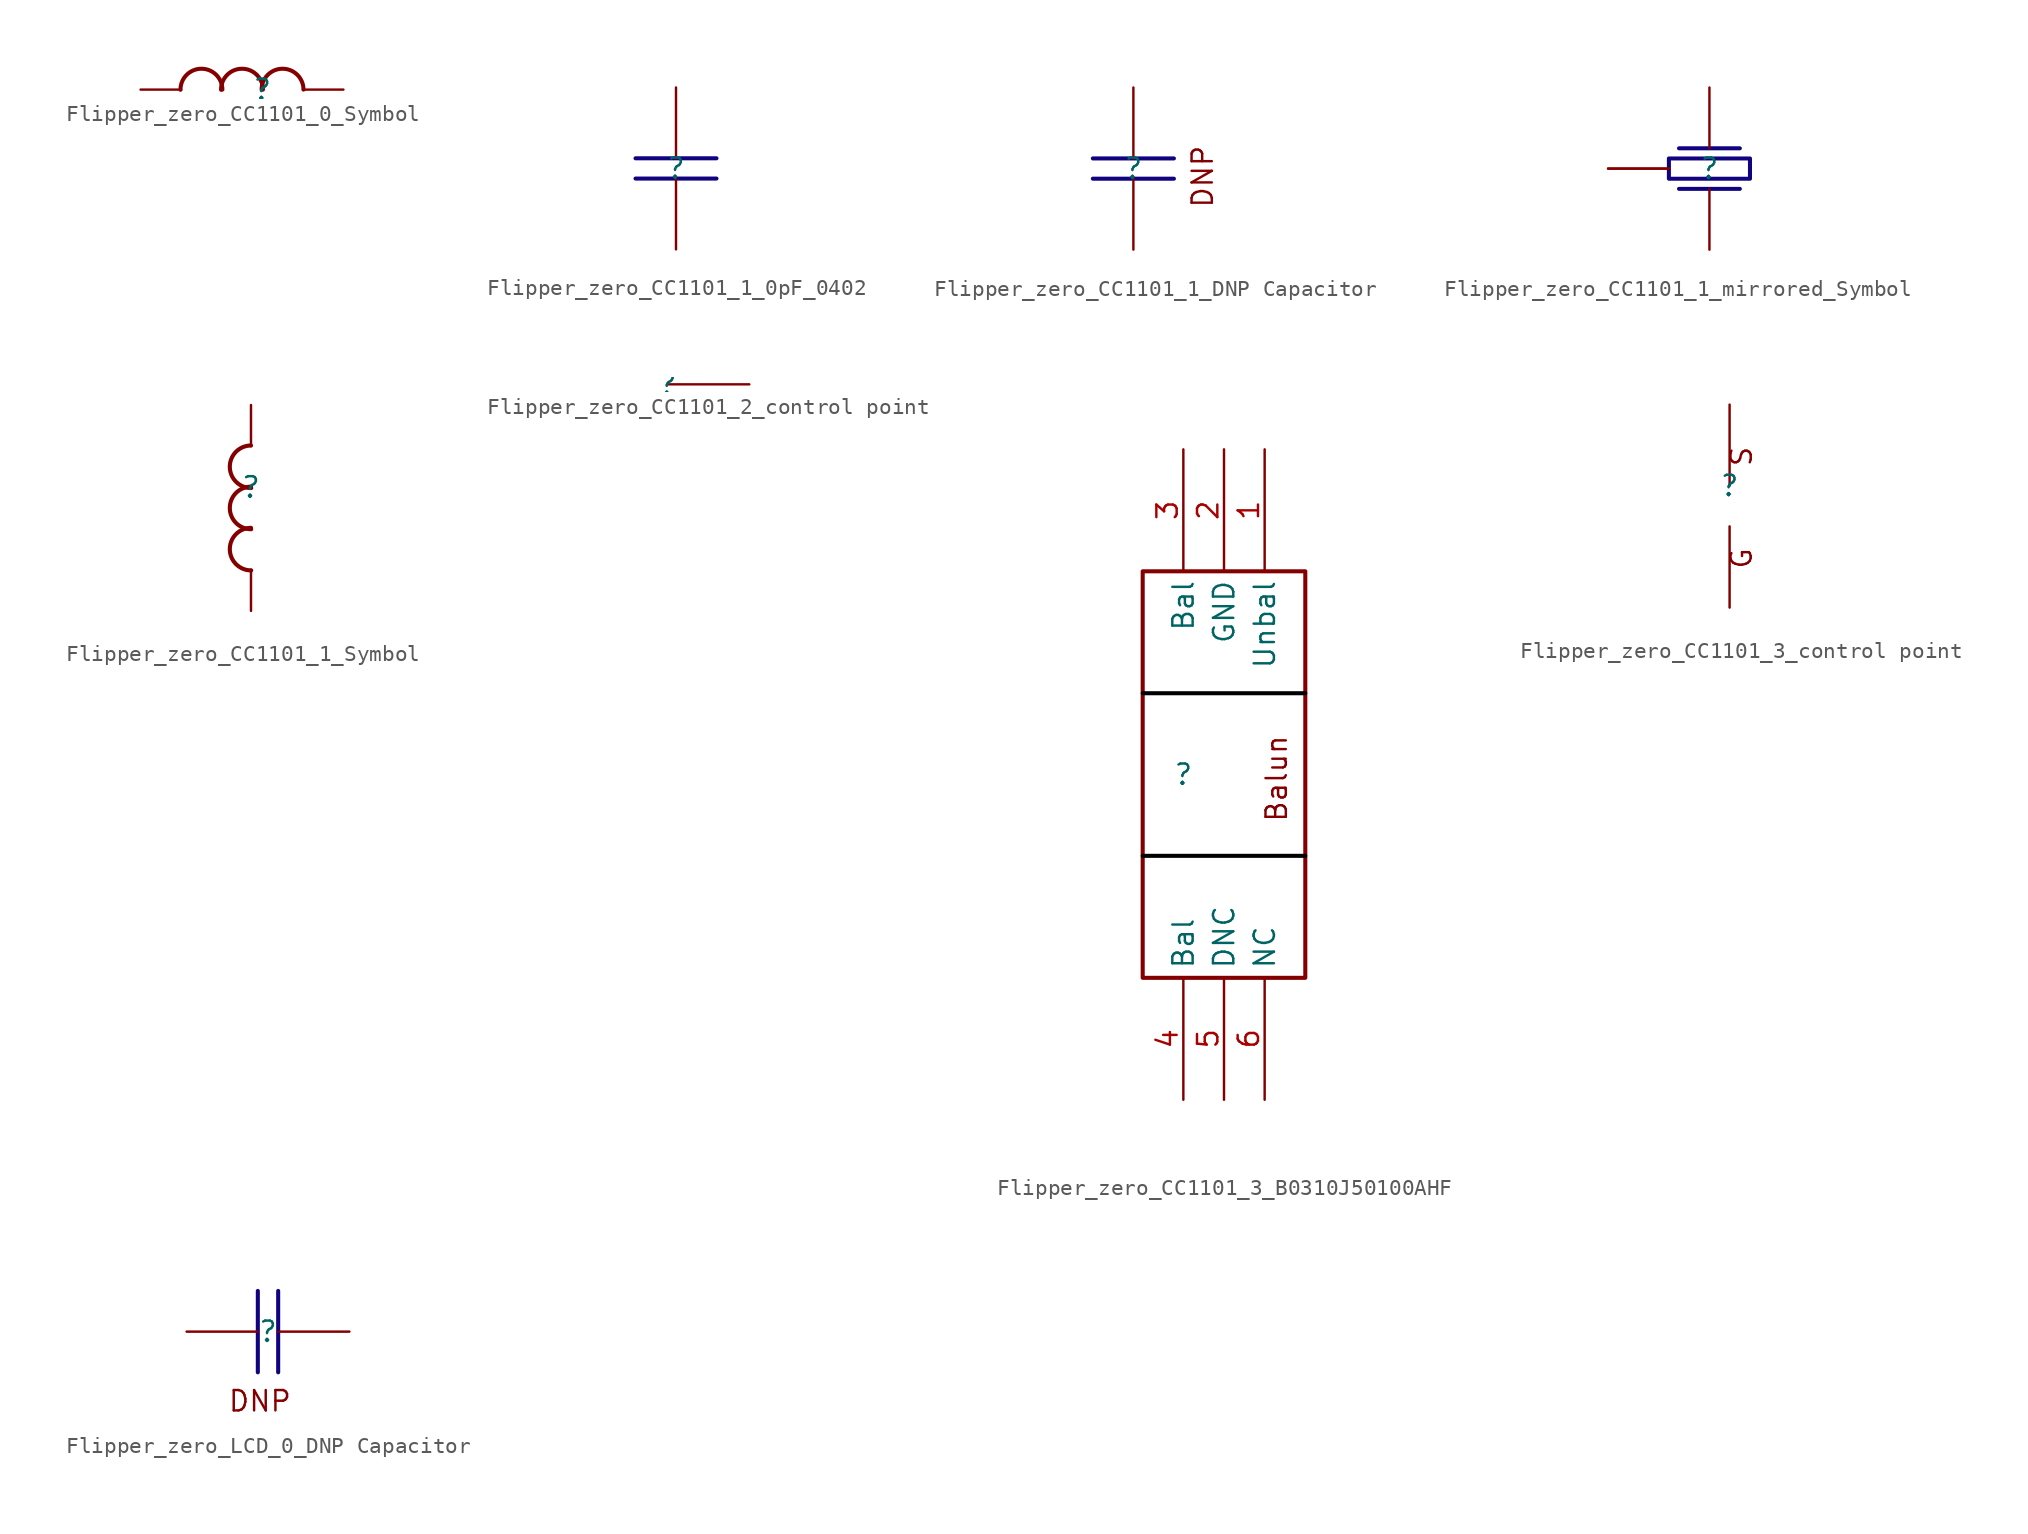
<source format=kicad_sym>
(kicad_symbol_lib
  (version 20220914)
  (generator kicad_symbol_editor)
  (symbol "Flipper_zero_CC1101_0_Symbol"
    (property "Reference" ""
      (at 0 0 0)
      (effects (font (size 1.27 1.27))))
    (property "Value" ""
      (at 0 0 0)
      (effects (font (size 1.27 1.27))))
    (symbol "Flipper_zero_CC1101_0_Symbol_1_0"
      (arc (start -2.498 0.0003) (mid -3.8157 1.312) (end -5.122 -0.0112) (stroke (width 0.254) (type solid)) (fill (type none)))
      (arc (start 0.042 0.0003) (mid -1.2757 1.312) (end -2.582 -0.0112) (stroke (width 0.254) (type solid)) (fill (type none)))
      (arc (start 2.582 0.0003) (mid 1.2643 1.312) (end -0.042 -0.0112) (stroke (width 0.254) (type solid)) (fill (type none)))
      (pin passive line (at -7.62 0 0) (length 2.54) (name "1" (effects (font (size 0 0)))) (number "1" (effects (font (size 0 0)))))
      (pin passive line (at 5.08 0 180) (length 2.54) (name "2" (effects (font (size 0 0)))) (number "2" (effects (font (size 0 0)))))))
  (symbol "Flipper_zero_CC1101_1_0pF_0402"
    (property "Reference" ""
      (at 0 0 0)
      (effects (font (size 1.27 1.27))))
    (property "Value" ""
      (at 0 0 0)
      (effects (font (size 1.27 1.27))))
    (symbol "Flipper_zero_CC1101_1_0pF_0402_1_0"
      (polyline (pts (xy -2.54 -0.635) (xy 2.54 -0.635)) (stroke (width 0.254) (type solid) (color 17 3 127 1)) (fill (type none)))
      (polyline (pts (xy -2.54 0.635) (xy 2.54 0.635)) (stroke (width 0.254) (type solid) (color 17 3 127 1)) (fill (type none)))
      (pin passive line (at 0 -5.08 90) (length 4.445) (name "1" (effects (font (size 0 0)))) (number "1" (effects (font (size 0 0)))))
      (pin passive line (at 0 5.08 270) (length 4.445) (name "2" (effects (font (size 0 0)))) (number "2" (effects (font (size 0 0)))))))
  (symbol "Flipper_zero_CC1101_1_DNP Capacitor"
    (property "Reference" ""
      (at 0 0 0)
      (effects (font (size 1.27 1.27))))
    (property "Value" ""
      (at 0 0 0)
      (effects (font (size 1.27 1.27))))
    (symbol "Flipper_zero_CC1101_1_DNP Capacitor_1_0"
      (polyline (pts (xy -2.54 -0.635) (xy 2.54 -0.635)) (stroke (width 0.254) (type solid) (color 17 3 127 1)) (fill (type none)))
      (polyline (pts (xy -2.54 0.635) (xy 2.54 0.635)) (stroke (width 0.254) (type solid) (color 17 3 127 1)) (fill (type none)))
      (text "DNP" (at 5.08 -2.54 900) (effects (font (size 1.27 1.27)) (justify left bottom)))
      (pin passive line (at 0 -5.08 90) (length 4.445) (name "1" (effects (font (size 0 0)))) (number "1" (effects (font (size 0 0)))))
      (pin passive line (at 0 5.08 270) (length 4.445) (name "2" (effects (font (size 0 0)))) (number "2" (effects (font (size 0 0)))))))
  (symbol "Flipper_zero_CC1101_1_mirrored_Symbol"
    (property "Reference" ""
      (at 0 0 0)
      (effects (font (size 1.27 1.27))))
    (property "Value" ""
      (at 0 0 0)
      (effects (font (size 1.27 1.27))))
    (symbol "Flipper_zero_CC1101_1_mirrored_Symbol_1_0"
      (polyline (pts (xy 1.905 -1.27) (xy -1.905 -1.27)) (stroke (width 0.254) (type solid) (color 17 3 127 1)) (fill (type none)))
      (polyline (pts (xy 1.905 1.27) (xy -1.905 1.27)) (stroke (width 0.254) (type solid) (color 17 3 127 1)) (fill (type none)))
      (polyline (pts (xy 2.54 -0.635) (xy -2.54 -0.635) (xy -2.54 0.635) (xy 2.54 0.635) (xy 2.54 -0.635)) (stroke (width 0.254) (type solid) (color 17 3 127 1)) (fill (type none)))
      (pin passive line (at 0 -5.08 90) (length 3.81) (name "1" (effects (font (size 0 0)))) (number "1" (effects (font (size 0 0)))))
      (pin passive line (at -6.35 0 0) (length 3.81) (name "2" (effects (font (size 0 0)))) (number "2" (effects (font (size 0 0)))))
      (pin passive line (at 0 5.08 270) (length 3.81) (name "3" (effects (font (size 0 0)))) (number "3" (effects (font (size 0 0)))))
      (pin passive line (at -6.35 0 0) (length 3.81) (name "4" (effects (font (size 0 0)))) (number "4" (effects (font (size 0 0)))))))
  (symbol "Flipper_zero_CC1101_1_Symbol"
    (property "Reference" ""
      (at 0 0 0)
      (effects (font (size 1.27 1.27))))
    (property "Value" ""
      (at 0 0 0)
      (effects (font (size 1.27 1.27))))
    (symbol "Flipper_zero_CC1101_1_Symbol_1_0"
      (arc (start -0.0003 -2.498) (mid -1.312 -3.8157) (end 0.0112 -5.122) (stroke (width 0.254) (type solid)) (fill (type none)))
      (arc (start -0.0003 0.042) (mid -1.312 -1.2757) (end 0.0112 -2.582) (stroke (width 0.254) (type solid)) (fill (type none)))
      (arc (start -0.0003 2.582) (mid -1.312 1.2643) (end 0.0112 -0.042) (stroke (width 0.254) (type solid)) (fill (type none)))
      (pin passive line (at 0 -7.62 90) (length 2.54) (name "1" (effects (font (size 0 0)))) (number "1" (effects (font (size 0 0)))))
      (pin passive line (at 0 5.08 270) (length 2.54) (name "2" (effects (font (size 0 0)))) (number "2" (effects (font (size 0 0)))))))
  (symbol "Flipper_zero_CC1101_2_control point"
    (property "Reference" ""
      (at 0 0 0)
      (effects (font (size 1.27 1.27))))
    (property "Value" ""
      (at 0 0 0)
      (effects (font (size 1.27 1.27))))
    (symbol "Flipper_zero_CC1101_2_control point_1_0"
      (pin passive line (at 5.08 0 180) (length 5.08) (name "1" (effects (font (size 0 0)))) (number "1" (effects (font (size 0 0)))))))
  (symbol "Flipper_zero_CC1101_3_B0310J50100AHF"
    (property "Reference" ""
      (at 0 0 0)
      (effects (font (size 1.27 1.27))))
    (property "Value" ""
      (at 0 0 0)
      (effects (font (size 1.27 1.27))))
    (symbol "Flipper_zero_CC1101_3_B0310J50100AHF_1_0"
      (polyline (pts (xy 7.62 -5.08) (xy -2.54 -5.08)) (stroke (width 0.254) (type solid) (color 0 0 0 1)) (fill (type none)))
      (polyline (pts (xy 7.62 5.08) (xy -2.54 5.08)) (stroke (width 0.254) (type solid) (color 0 0 0 1)) (fill (type none)))
      (rectangle (start 7.62 12.7) (end -2.54 -12.7) (stroke (width 0.254) (type solid)) (fill (type none)))
      (text "Balun" (at 5.08 2.54 900) (effects (font (size 1.27 1.27)) (justify right top)))
      (pin passive line (at 5.08 20.32 270) (length 7.62) (name "Unbal" (effects (font (size 1.27 1.27)))) (number "1" (effects (font (size 1.27 1.27)))))
      (pin passive line (at 2.54 20.32 270) (length 7.62) (name "GND" (effects (font (size 1.27 1.27)))) (number "2" (effects (font (size 1.27 1.27)))))
      (pin passive line (at 0 20.32 270) (length 7.62) (name "Bal" (effects (font (size 1.27 1.27)))) (number "3" (effects (font (size 1.27 1.27)))))
      (pin passive line (at 0 -20.32 90) (length 7.62) (name "Bal" (effects (font (size 1.27 1.27)))) (number "4" (effects (font (size 1.27 1.27)))))
      (pin passive line (at 2.54 -20.32 90) (length 7.62) (name "DNC" (effects (font (size 1.27 1.27)))) (number "5" (effects (font (size 1.27 1.27)))))
      (pin passive line (at 5.08 -20.32 90) (length 7.62) (name "NC" (effects (font (size 1.27 1.27)))) (number "6" (effects (font (size 1.27 1.27)))))))
  (symbol "Flipper_zero_CC1101_3_control point"
    (property "Reference" ""
      (at 0 0 0)
      (effects (font (size 1.27 1.27))))
    (property "Value" ""
      (at 0 0 0)
      (effects (font (size 1.27 1.27))))
    (symbol "Flipper_zero_CC1101_3_control point_1_0"
      (text "G" (at 0 -3.81 900) (effects (font (size 1.27 1.27)) (justify right top)))
      (text "S" (at 0 2.54 900) (effects (font (size 1.27 1.27)) (justify right top)))
      (pin passive line (at 0 5.08 270) (length 5.08) (name "S" (effects (font (size 0 0)))) (number "1" (effects (font (size 0 0)))))
      (pin passive line (at 0 -7.62 90) (length 5.08) (name "G" (effects (font (size 0 0)))) (number "2" (effects (font (size 0 0)))))))
  (symbol "Flipper_zero_LCD_0_DNP Capacitor"
    (property "Reference" ""
      (at 0 0 0)
      (effects (font (size 1.27 1.27))))
    (property "Value" ""
      (at 0 0 0)
      (effects (font (size 1.27 1.27))))
    (symbol "Flipper_zero_LCD_0_DNP Capacitor_1_0"
      (polyline (pts (xy -0.635 2.54) (xy -0.635 -2.54)) (stroke (width 0.254) (type solid) (color 17 3 127 1)) (fill (type none)))
      (polyline (pts (xy 0.635 2.54) (xy 0.635 -2.54)) (stroke (width 0.254) (type solid) (color 17 3 127 1)) (fill (type none)))
      (text "DNP" (at -2.54 -5.08 0) (effects (font (size 1.27 1.27)) (justify left bottom)))
      (pin passive line (at -5.08 0 0) (length 4.445) (name "1" (effects (font (size 0 0)))) (number "1" (effects (font (size 0 0)))))
      (pin passive line (at 5.08 0 180) (length 4.445) (name "2" (effects (font (size 0 0)))) (number "2" (effects (font (size 0 0))))))))
</source>
